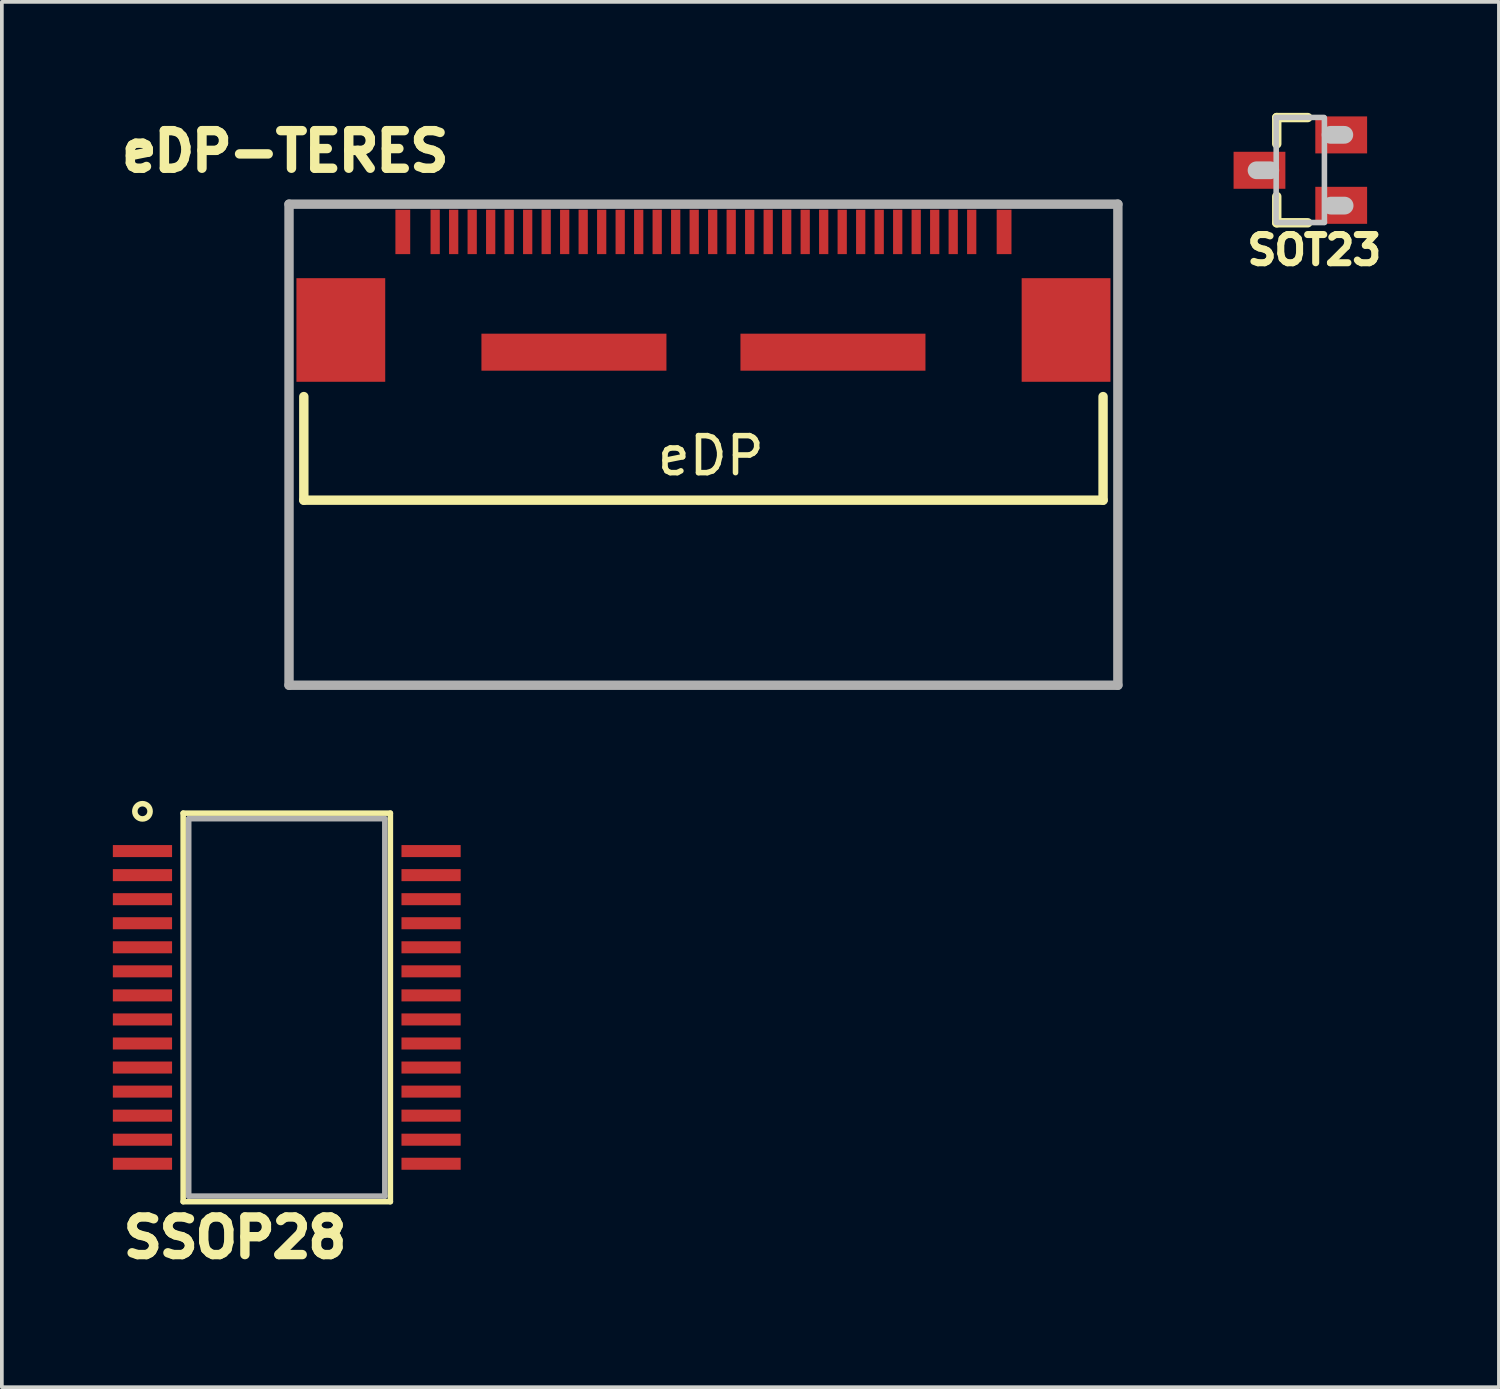
<source format=kicad_pcb>
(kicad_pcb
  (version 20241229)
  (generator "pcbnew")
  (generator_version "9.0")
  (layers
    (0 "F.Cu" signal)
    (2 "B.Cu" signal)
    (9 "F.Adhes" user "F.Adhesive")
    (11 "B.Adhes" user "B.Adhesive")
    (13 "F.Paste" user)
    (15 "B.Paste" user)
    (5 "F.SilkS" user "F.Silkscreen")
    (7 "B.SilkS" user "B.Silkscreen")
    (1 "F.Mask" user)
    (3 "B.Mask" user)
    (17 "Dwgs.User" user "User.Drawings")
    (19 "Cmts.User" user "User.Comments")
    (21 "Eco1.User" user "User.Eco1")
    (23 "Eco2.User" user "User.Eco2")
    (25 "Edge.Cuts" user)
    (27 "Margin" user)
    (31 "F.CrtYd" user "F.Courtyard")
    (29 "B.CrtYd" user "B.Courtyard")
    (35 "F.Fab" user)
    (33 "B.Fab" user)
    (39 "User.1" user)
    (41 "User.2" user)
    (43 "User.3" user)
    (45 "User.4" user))
  (footprint "eDP-TERES"
    (layer "F.Cu")
    (at 15.961 4.468)
    (property "Reference" "eDP-TERES" (at -11.303 -3.428 0) (layer "F.SilkS") (effects (font (size 1.016 1.016) (thickness 0.254))))
    (attr through_hole)
    (fp_line (start -10.8 3.2) (end -10.8 6) (stroke (width 0.254) (type solid)) (layer "F.SilkS"))
    (fp_line (start -10.8 6) (end 10.8 6) (stroke (width 0.254) (type solid)) (layer "F.SilkS"))
    (fp_line (start 10.8 6) (end 10.8 3.2) (stroke (width 0.254) (type solid)) (layer "F.SilkS"))
    (fp_line (start -11.2 -2) (end -11.2 11) (stroke (width 0.254) (type solid)) (layer "F.Fab"))
    (fp_line (start -11.2 11) (end 11.2 11) (stroke (width 0.254) (type solid)) (layer "F.Fab"))
    (fp_line (start 11.2 -2) (end -11.2 -2) (stroke (width 0.254) (type solid)) (layer "F.Fab"))
    (fp_line (start 11.2 11) (end 11.2 -2) (stroke (width 0.254) (type solid)) (layer "F.Fab"))
    (fp_text user "eDP" (at 0.2 4.8 0) (layer "F.SilkS") (effects (font (size 1 1) (thickness 0.15))))
    (pad "0" smd rect (at -9.8 1.4) (size 2.4 2.8) (layers "F.Cu" "F.Mask" "F.Paste"))
    (pad "0" smd rect (at -8.125 -1.25) (size 0.4 1.2) (layers "F.Cu" "F.Mask" "F.Paste"))
    (pad "0" smd rect (at -3.5 2) (size 5 1) (layers "F.Cu" "F.Mask" "F.Paste"))
    (pad "0" smd rect (at 3.5 2) (size 5 1) (layers "F.Cu" "F.Mask" "F.Paste"))
    (pad "0" smd rect (at 8.125 -1.25) (size 0.4 1.2) (layers "F.Cu" "F.Mask" "F.Paste"))
    (pad "0" smd rect (at 9.8 1.4) (size 2.4 2.8) (layers "F.Cu" "F.Mask" "F.Paste"))
    (pad "1" smd rect (at -7.25 -1.25) (size 0.25 1.2) (layers "F.Cu" "F.Mask" "F.Paste"))
    (pad "2" smd rect (at -6.75 -1.25) (size 0.25 1.2) (layers "F.Cu" "F.Mask" "F.Paste"))
    (pad "3" smd rect (at -6.25 -1.25) (size 0.25 1.2) (layers "F.Cu" "F.Mask" "F.Paste"))
    (pad "4" smd rect (at -5.75 -1.25) (size 0.25 1.2) (layers "F.Cu" "F.Mask" "F.Paste"))
    (pad "5" smd rect (at -5.25 -1.25) (size 0.25 1.2) (layers "F.Cu" "F.Mask" "F.Paste"))
    (pad "6" smd rect (at -4.75 -1.25) (size 0.25 1.2) (layers "F.Cu" "F.Mask" "F.Paste"))
    (pad "7" smd rect (at -4.25 -1.25) (size 0.25 1.2) (layers "F.Cu" "F.Mask" "F.Paste"))
    (pad "8" smd rect (at -3.75 -1.25) (size 0.25 1.2) (layers "F.Cu" "F.Mask" "F.Paste"))
    (pad "9" smd rect (at -3.25 -1.25) (size 0.25 1.2) (layers "F.Cu" "F.Mask" "F.Paste"))
    (pad "10" smd rect (at -2.75 -1.25) (size 0.25 1.2) (layers "F.Cu" "F.Mask" "F.Paste"))
    (pad "11" smd rect (at -2.25 -1.25) (size 0.25 1.2) (layers "F.Cu" "F.Mask" "F.Paste"))
    (pad "12" smd rect (at -1.75 -1.25) (size 0.25 1.2) (layers "F.Cu" "F.Mask" "F.Paste"))
    (pad "13" smd rect (at -1.25 -1.25) (size 0.25 1.2) (layers "F.Cu" "F.Mask" "F.Paste"))
    (pad "14" smd rect (at -0.75 -1.25) (size 0.25 1.2) (layers "F.Cu" "F.Mask" "F.Paste"))
    (pad "15" smd rect (at -0.25 -1.25) (size 0.25 1.2) (layers "F.Cu" "F.Mask" "F.Paste"))
    (pad "16" smd rect (at 0.25 -1.25) (size 0.25 1.2) (layers "F.Cu" "F.Mask" "F.Paste"))
    (pad "17" smd rect (at 0.75 -1.25) (size 0.25 1.2) (layers "F.Cu" "F.Mask" "F.Paste"))
    (pad "18" smd rect (at 1.25 -1.25) (size 0.25 1.2) (layers "F.Cu" "F.Mask" "F.Paste"))
    (pad "19" smd rect (at 1.75 -1.25) (size 0.25 1.2) (layers "F.Cu" "F.Mask" "F.Paste"))
    (pad "20" smd rect (at 2.25 -1.25) (size 0.25 1.2) (layers "F.Cu" "F.Mask" "F.Paste"))
    (pad "21" smd rect (at 2.75 -1.25) (size 0.25 1.2) (layers "F.Cu" "F.Mask" "F.Paste"))
    (pad "22" smd rect (at 3.25 -1.25) (size 0.25 1.2) (layers "F.Cu" "F.Mask" "F.Paste"))
    (pad "23" smd rect (at 3.75 -1.25) (size 0.25 1.2) (layers "F.Cu" "F.Mask" "F.Paste"))
    (pad "24" smd rect (at 4.25 -1.25) (size 0.25 1.2) (layers "F.Cu" "F.Mask" "F.Paste"))
    (pad "25" smd rect (at 4.75 -1.25) (size 0.25 1.2) (layers "F.Cu" "F.Mask" "F.Paste"))
    (pad "26" smd rect (at 5.25 -1.25) (size 0.25 1.2) (layers "F.Cu" "F.Mask" "F.Paste"))
    (pad "27" smd rect (at 5.75 -1.25) (size 0.25 1.2) (layers "F.Cu" "F.Mask" "F.Paste"))
    (pad "28" smd rect (at 6.25 -1.25) (size 0.25 1.2) (layers "F.Cu" "F.Mask" "F.Paste"))
    (pad "29" smd rect (at 6.75 -1.25) (size 0.25 1.2) (layers "F.Cu" "F.Mask" "F.Paste"))
    (pad "30" smd rect (at 7.25 -1.25) (size 0.25 1.2) (layers "F.Cu" "F.Mask" "F.Paste")))
  (footprint "SOT23"
    (layer "F.Cu")
    (at 32.09 1.549)
    (property "Reference" "SOT23" (at 0.381 2.159 0) (layer "F.SilkS") (effects (font (size 0.762 0.762) (thickness 0.191))))
    (attr smd)
    (fp_line (start -0.635 -1.422) (end -0.635 -0.711) (stroke (width 0.254) (type solid)) (layer "F.SilkS"))
    (fp_line (start -0.635 0.711) (end -0.635 1.422) (stroke (width 0.254) (type solid)) (layer "F.SilkS"))
    (fp_line (start 0.203 -1.422) (end -0.635 -1.422) (stroke (width 0.254) (type solid)) (layer "F.SilkS"))
    (fp_line (start 0.203 1.422) (end -0.635 1.422) (stroke (width 0.254) (type solid)) (layer "F.SilkS"))
    (fp_line (start -0.81 0.003) (end -1.181 0.003) (stroke (width 0.48) (type solid)) (layer "Dwgs.User"))
    (fp_line (start -0.655 -1.425) (end 0.643 -1.425) (stroke (width 0.15) (type solid)) (layer "Dwgs.User"))
    (fp_line (start -0.65 0.005) (end -0.65 -1.417) (stroke (width 0.15) (type solid)) (layer "Dwgs.User"))
    (fp_line (start -0.65 0.008) (end -0.653 1.356) (stroke (width 0.15) (type solid)) (layer "Dwgs.User"))
    (fp_line (start 0.653 -1.41) (end 0.653 1.41) (stroke (width 0.15) (type solid)) (layer "Dwgs.User"))
    (fp_line (start 0.653 1.415) (end -0.65 1.415) (stroke (width 0.15) (type solid)) (layer "Dwgs.User"))
    (fp_line (start 1.191 -0.955) (end 0.82 -0.955) (stroke (width 0.48) (type solid)) (layer "Dwgs.User"))
    (fp_line (start 1.199 0.958) (end 0.828 0.958) (stroke (width 0.48) (type solid)) (layer "Dwgs.User"))
    (pad "1" smd rect (at 1.107 0.95) (size 1.4 1) (layers "F.Cu" "F.Mask" "F.Paste"))
    (pad "2" smd rect (at 1.107 -0.953) (size 1.4 1) (layers "F.Cu" "F.Mask" "F.Paste"))
    (pad "3" smd rect (at -1.102 0.003) (size 1.4 1) (layers "F.Cu" "F.Mask" "F.Paste")))
  (footprint "SSOP28"
    (layer "F.Cu")
    (at 4.7 24.176)
    (property "Reference" "SSOP28" (at -1.397 6.223 0) (layer "F.SilkS") (effects (font (size 1.016 1.016) (thickness 0.254))))
    (attr smd)
    (fp_line (start -2.8 -5.25) (end 2.8 -5.25) (stroke (width 0.15) (type solid)) (layer "F.SilkS"))
    (fp_line (start -2.8 5.25) (end -2.8 -5.25) (stroke (width 0.15) (type solid)) (layer "F.SilkS"))
    (fp_line (start 2.8 -5.25) (end 2.8 5.25) (stroke (width 0.15) (type solid)) (layer "F.SilkS"))
    (fp_line (start 2.8 5.25) (end -2.8 5.25) (stroke (width 0.15) (type solid)) (layer "F.SilkS"))
    (fp_circle (center -3.9 -5.3) (end -3.7 -5.25) (stroke (width 0.15) (type solid)) (fill no) (layer "F.SilkS"))
    (fp_line (start -2.65 -5.1) (end -2.65 5.1) (stroke (width 0.15) (type solid)) (layer "F.Fab"))
    (fp_line (start -2.65 5.1) (end 2.65 5.1) (stroke (width 0.15) (type solid)) (layer "F.Fab"))
    (fp_line (start 2.65 -5.1) (end -2.65 -5.1) (stroke (width 0.15) (type solid)) (layer "F.Fab"))
    (fp_line (start 2.65 5.1) (end 2.65 -5.1) (stroke (width 0.15) (type solid)) (layer "F.Fab"))
    (pad "1" smd rect (at -3.9 -4.225) (size 1.6 0.325) (layers "F.Cu" "F.Mask" "F.Paste"))
    (pad "2" smd rect (at -3.9 -3.575) (size 1.6 0.325) (layers "F.Cu" "F.Mask" "F.Paste"))
    (pad "3" smd rect (at -3.9 -2.925) (size 1.6 0.325) (layers "F.Cu" "F.Mask" "F.Paste"))
    (pad "4" smd rect (at -3.9 -2.275) (size 1.6 0.325) (layers "F.Cu" "F.Mask" "F.Paste"))
    (pad "5" smd rect (at -3.9 -1.625) (size 1.6 0.325) (layers "F.Cu" "F.Mask" "F.Paste"))
    (pad "6" smd rect (at -3.9 -0.975) (size 1.6 0.325) (layers "F.Cu" "F.Mask" "F.Paste"))
    (pad "7" smd rect (at -3.9 -0.325) (size 1.6 0.325) (layers "F.Cu" "F.Mask" "F.Paste"))
    (pad "8" smd rect (at -3.9 0.325) (size 1.6 0.325) (layers "F.Cu" "F.Mask" "F.Paste"))
    (pad "9" smd rect (at -3.9 0.975) (size 1.6 0.325) (layers "F.Cu" "F.Mask" "F.Paste"))
    (pad "10" smd rect (at -3.9 1.625) (size 1.6 0.325) (layers "F.Cu" "F.Mask" "F.Paste"))
    (pad "11" smd rect (at -3.9 2.275) (size 1.6 0.325) (layers "F.Cu" "F.Mask" "F.Paste"))
    (pad "12" smd rect (at -3.9 2.925) (size 1.6 0.325) (layers "F.Cu" "F.Mask" "F.Paste"))
    (pad "13" smd rect (at -3.9 3.575) (size 1.6 0.325) (layers "F.Cu" "F.Mask" "F.Paste"))
    (pad "14" smd rect (at -3.9 4.225) (size 1.6 0.325) (layers "F.Cu" "F.Mask" "F.Paste"))
    (pad "15" smd rect (at 3.9 4.225) (size 1.6 0.325) (layers "F.Cu" "F.Mask" "F.Paste"))
    (pad "16" smd rect (at 3.9 3.575) (size 1.6 0.325) (layers "F.Cu" "F.Mask" "F.Paste"))
    (pad "17" smd rect (at 3.9 2.925) (size 1.6 0.325) (layers "F.Cu" "F.Mask" "F.Paste"))
    (pad "18" smd rect (at 3.9 2.275) (size 1.6 0.325) (layers "F.Cu" "F.Mask" "F.Paste"))
    (pad "19" smd rect (at 3.9 1.625) (size 1.6 0.325) (layers "F.Cu" "F.Mask" "F.Paste"))
    (pad "20" smd rect (at 3.9 0.975) (size 1.6 0.325) (layers "F.Cu" "F.Mask" "F.Paste"))
    (pad "21" smd rect (at 3.9 0.325) (size 1.6 0.325) (layers "F.Cu" "F.Mask" "F.Paste"))
    (pad "22" smd rect (at 3.9 -0.325) (size 1.6 0.325) (layers "F.Cu" "F.Mask" "F.Paste"))
    (pad "23" smd rect (at 3.9 -0.975) (size 1.6 0.325) (layers "F.Cu" "F.Mask" "F.Paste"))
    (pad "24" smd rect (at 3.9 -1.625) (size 1.6 0.325) (layers "F.Cu" "F.Mask" "F.Paste"))
    (pad "25" smd rect (at 3.9 -2.275) (size 1.6 0.325) (layers "F.Cu" "F.Mask" "F.Paste"))
    (pad "26" smd rect (at 3.9 -2.925) (size 1.6 0.325) (layers "F.Cu" "F.Mask" "F.Paste"))
    (pad "27" smd rect (at 3.9 -3.575) (size 1.6 0.325) (layers "F.Cu" "F.Mask" "F.Paste"))
    (pad "28" smd rect (at 3.9 -4.225) (size 1.6 0.325) (layers "F.Cu" "F.Mask" "F.Paste")))
  (gr_rect
    (start -3 -3)
    (end 37.459 34.439)
    (stroke (width 0.1) (type default))
    (fill no)
    (layer "Edge.Cuts")))
</source>
